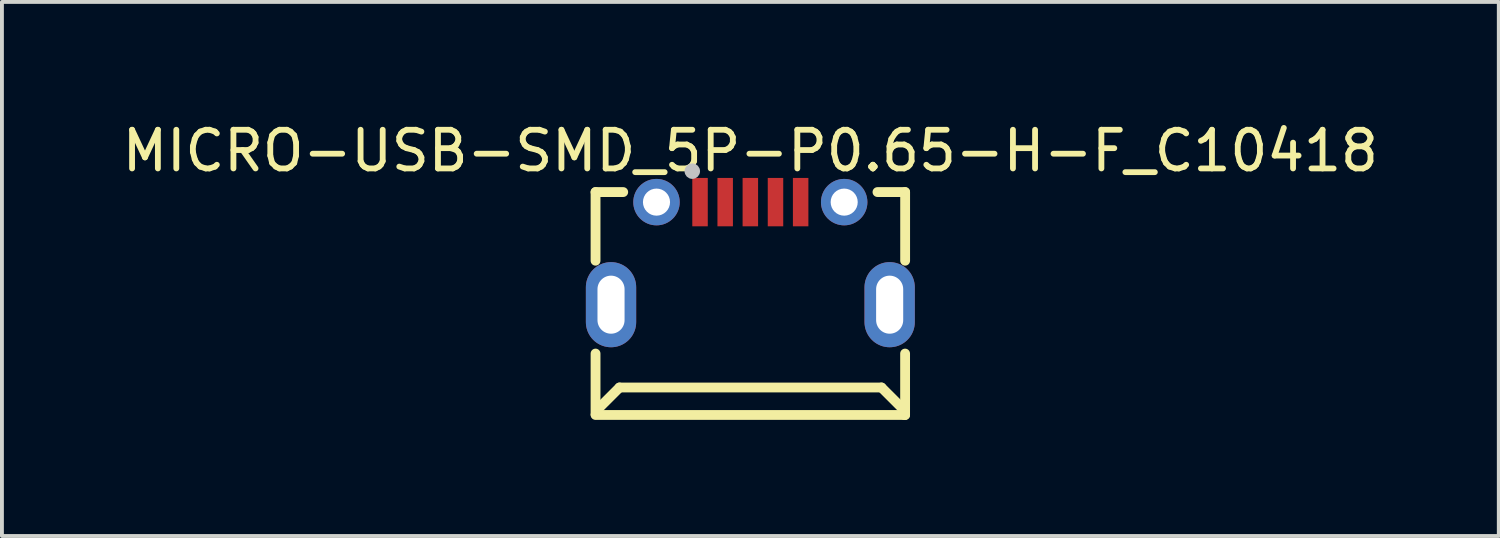
<source format=kicad_pcb>
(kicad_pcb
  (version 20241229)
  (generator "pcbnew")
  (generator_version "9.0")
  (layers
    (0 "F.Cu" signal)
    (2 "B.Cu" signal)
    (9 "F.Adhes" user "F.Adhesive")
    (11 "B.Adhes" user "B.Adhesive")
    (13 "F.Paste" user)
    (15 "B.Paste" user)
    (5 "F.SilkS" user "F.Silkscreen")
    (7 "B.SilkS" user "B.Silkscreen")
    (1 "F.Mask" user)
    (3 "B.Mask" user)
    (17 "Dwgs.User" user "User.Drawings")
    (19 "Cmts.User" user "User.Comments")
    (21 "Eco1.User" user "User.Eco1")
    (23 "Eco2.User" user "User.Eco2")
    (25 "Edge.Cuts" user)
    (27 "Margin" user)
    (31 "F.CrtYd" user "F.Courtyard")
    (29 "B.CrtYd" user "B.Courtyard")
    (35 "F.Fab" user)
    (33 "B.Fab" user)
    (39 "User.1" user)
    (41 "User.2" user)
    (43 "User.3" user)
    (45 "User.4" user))
  (footprint "MICRO-USB-SMD_5P-P0.65-H-F_C10418"
    (layer "F.Cu")
    (at 16.339 3.498)
    (property "Reference" "MICRO-USB-SMD_5P-P0.65-H-F_C10418" (at 0 -2.65 0) (layer "F.SilkS") (effects (font (size 1 1) (thickness 0.15))))
    (fp_line (start -4 -1.585) (end -4 0.189) (stroke (width 0.254) (type default)) (layer "F.SilkS"))
    (fp_line (start -4 -1.585) (end -3.285 -1.585) (stroke (width 0.254) (type default)) (layer "F.SilkS"))
    (fp_line (start -4 2.588) (end -4 4.155) (stroke (width 0.254) (type default)) (layer "F.SilkS"))
    (fp_line (start -3.971 4.055) (end -3.381 3.465) (stroke (width 0.254) (type default)) (layer "F.SilkS"))
    (fp_line (start -3.971 4.155) (end -3.971 4.055) (stroke (width 0.254) (type default)) (layer "F.SilkS"))
    (fp_line (start 3.285 -1.585) (end 3.999 -1.585) (stroke (width 0.254) (type default)) (layer "F.SilkS"))
    (fp_line (start 3.389 3.465) (end -3.381 3.465) (stroke (width 0.254) (type default)) (layer "F.SilkS"))
    (fp_line (start 3.979 4.055) (end 3.389 3.465) (stroke (width 0.254) (type default)) (layer "F.SilkS"))
    (fp_line (start 3.979 4.175) (end 3.979 4.055) (stroke (width 0.254) (type default)) (layer "F.SilkS"))
    (fp_line (start 3.999 2.588) (end 3.999 4.175) (stroke (width 0.254) (type default)) (layer "F.SilkS"))
    (fp_line (start 3.999 4.175) (end -4 4.175) (stroke (width 0.254) (type default)) (layer "F.SilkS"))
    (fp_line (start 4 -1.585) (end 4 0.189) (stroke (width 0.254) (type default)) (layer "F.SilkS"))
    (fp_poly (pts (xy -1.1 -0.7) (xy -1.1 -1.95) (xy -1.5 -1.95) (xy -1.5 -0.7)) (stroke (width 0) (type default)) (fill yes) (layer "F.Paste"))
    (fp_poly (pts (xy -0.85 -1.95) (xy -0.85 -0.7) (xy -0.45 -0.7) (xy -0.45 -1.95)) (stroke (width 0) (type default)) (fill yes) (layer "F.Paste"))
    (fp_poly (pts (xy -0.2 -1.95) (xy -0.2 -0.7) (xy 0.2 -0.7) (xy 0.2 -1.95)) (stroke (width 0) (type default)) (fill yes) (layer "F.Paste"))
    (fp_poly (pts (xy 0.45 -1.95) (xy 0.45 -0.7) (xy 0.85 -0.7) (xy 0.85 -1.95)) (stroke (width 0) (type default)) (fill yes) (layer "F.Paste"))
    (fp_poly (pts (xy 1.1 -1.95) (xy 1.1 -0.7) (xy 1.5 -0.7) (xy 1.5 -1.95)) (stroke (width 0) (type default)) (fill yes) (layer "F.Paste"))
    (fp_poly (pts (xy -2.487 -1.921) (xy -2.725 -1.845) (xy -2.91 -1.677) (xy -3.012 -1.45) (xy -3.012 -1.2) (xy -2.91 -0.973) (xy -2.725 -0.805) (xy -2.487 -0.729) (xy -2.24 -0.754) (xy -2.023 -0.879) (xy -1.877 -1.081) (xy -1.825 -1.325) (xy -1.877 -1.569) (xy -2.023 -1.771) (xy -2.24 -1.895)) (stroke (width 0) (type default)) (fill yes) (layer "F.Paste"))
    (fp_poly (pts (xy 2.611 -1.895) (xy 2.362 -1.921) (xy 2.125 -1.845) (xy 1.94 -1.677) (xy 1.838 -1.45) (xy 1.838 -1.2) (xy 1.94 -0.973) (xy 2.125 -0.805) (xy 2.362 -0.729) (xy 2.611 -0.754) (xy 2.826 -0.879) (xy 2.973 -1.081) (xy 3.025 -1.325) (xy 2.973 -1.569) (xy 2.826 -1.771)) (stroke (width 0) (type default)) (fill yes) (layer "F.Paste"))
    (fp_poly (pts (xy -3.616 0.225) (xy -3.648 0.227) (xy -3.681 0.23) (xy -3.713 0.235) (xy -3.744 0.241) (xy -3.776 0.249) (xy -3.807 0.259) (xy -3.837 0.27) (xy -3.868 0.282) (xy -3.897 0.296) (xy -3.925 0.312) (xy -3.953 0.329) (xy -3.979 0.347) (xy -4.005 0.367) (xy -4.03 0.388) (xy -4.054 0.409) (xy -4.077 0.433) (xy -4.098 0.457) (xy -4.118 0.482) (xy -4.137 0.509) (xy -4.154 0.536) (xy -4.171 0.564) (xy -4.186 0.593) (xy -4.199 0.623) (xy -4.211 0.652) (xy -4.221 0.683) (xy -4.23 0.715) (xy -4.237 0.746) (xy -4.242 0.778) (xy -4.247 0.81) (xy -4.249 0.843) (xy -4.25 0.875) (xy -4.25 1.775) (xy -4.249 1.808) (xy -4.247 1.839) (xy -4.242 1.872) (xy -4.237 1.904) (xy -4.23 1.935) (xy -4.221 1.966) (xy -4.211 1.998) (xy -4.199 2.027) (xy -4.186 2.057) (xy -4.171 2.086) (xy -4.154 2.114) (xy -4.137 2.141) (xy -4.118 2.167) (xy -4.098 2.193) (xy -4.077 2.217) (xy -4.054 2.24) (xy -4.03 2.263) (xy -4.005 2.283) (xy -3.979 2.303) (xy -3.953 2.321) (xy -3.925 2.338) (xy -3.897 2.353) (xy -3.868 2.368) (xy -3.837 2.38) (xy -3.807 2.391) (xy -3.776 2.401) (xy -3.744 2.409) (xy -3.713 2.415) (xy -3.681 2.42) (xy -3.648 2.423) (xy -3.616 2.425) (xy -3.583 2.425) (xy -3.551 2.423) (xy -3.519 2.42) (xy -3.487 2.415) (xy -3.455 2.409) (xy -3.424 2.401) (xy -3.393 2.391) (xy -3.362 2.38) (xy -3.333 2.368) (xy -3.304 2.353) (xy -3.275 2.338) (xy -3.248 2.321) (xy -3.22 2.303) (xy -3.195 2.283) (xy -3.17 2.263) (xy -3.146 2.24) (xy -3.123 2.217) (xy -3.102 2.193) (xy -3.082 2.167) (xy -3.063 2.141) (xy -3.046 2.114) (xy -3.029 2.086) (xy -3.014 2.057) (xy -3.001 2.027) (xy -2.989 1.998) (xy -2.979 1.966) (xy -2.97 1.935) (xy -2.963 1.904) (xy -2.957 1.872) (xy -2.953 1.839) (xy -2.95 1.808) (xy -2.95 1.775) (xy -2.95 0.875) (xy -2.95 0.843) (xy -2.953 0.81) (xy -2.957 0.778) (xy -2.963 0.746) (xy -2.97 0.715) (xy -2.979 0.683) (xy -2.989 0.652) (xy -3.001 0.623) (xy -3.014 0.593) (xy -3.029 0.564) (xy -3.046 0.536) (xy -3.063 0.509) (xy -3.082 0.482) (xy -3.102 0.457) (xy -3.123 0.433) (xy -3.146 0.409) (xy -3.17 0.388) (xy -3.195 0.367) (xy -3.22 0.347) (xy -3.248 0.329) (xy -3.275 0.312) (xy -3.304 0.296) (xy -3.333 0.282) (xy -3.362 0.27) (xy -3.393 0.259) (xy -3.424 0.249) (xy -3.455 0.241) (xy -3.487 0.235) (xy -3.519 0.23) (xy -3.551 0.227) (xy -3.583 0.225)) (stroke (width 0) (type default)) (fill yes) (layer "F.Paste"))
    (fp_poly (pts (xy 3.583 0.225) (xy 3.551 0.227) (xy 3.519 0.23) (xy 3.487 0.235) (xy 3.455 0.241) (xy 3.424 0.249) (xy 3.393 0.259) (xy 3.362 0.27) (xy 3.333 0.282) (xy 3.304 0.296) (xy 3.275 0.312) (xy 3.248 0.329) (xy 3.22 0.347) (xy 3.195 0.367) (xy 3.17 0.388) (xy 3.146 0.409) (xy 3.123 0.433) (xy 3.102 0.457) (xy 3.082 0.482) (xy 3.063 0.509) (xy 3.046 0.536) (xy 3.029 0.564) (xy 3.014 0.593) (xy 3.001 0.623) (xy 2.989 0.652) (xy 2.979 0.683) (xy 2.97 0.715) (xy 2.963 0.746) (xy 2.957 0.778) (xy 2.953 0.81) (xy 2.95 0.843) (xy 2.95 0.875) (xy 2.95 1.775) (xy 2.95 1.808) (xy 2.953 1.839) (xy 2.957 1.872) (xy 2.963 1.904) (xy 2.97 1.935) (xy 2.979 1.966) (xy 2.989 1.998) (xy 3.001 2.027) (xy 3.014 2.057) (xy 3.029 2.086) (xy 3.046 2.114) (xy 3.063 2.141) (xy 3.082 2.167) (xy 3.102 2.193) (xy 3.123 2.217) (xy 3.146 2.24) (xy 3.17 2.263) (xy 3.195 2.283) (xy 3.22 2.303) (xy 3.248 2.321) (xy 3.275 2.338) (xy 3.304 2.353) (xy 3.333 2.368) (xy 3.362 2.38) (xy 3.393 2.391) (xy 3.424 2.401) (xy 3.455 2.409) (xy 3.487 2.415) (xy 3.519 2.42) (xy 3.551 2.423) (xy 3.583 2.425) (xy 3.616 2.425) (xy 3.648 2.423) (xy 3.681 2.42) (xy 3.713 2.415) (xy 3.744 2.409) (xy 3.776 2.401) (xy 3.807 2.391) (xy 3.837 2.38) (xy 3.868 2.368) (xy 3.897 2.353) (xy 3.925 2.338) (xy 3.953 2.321) (xy 3.979 2.303) (xy 4.005 2.283) (xy 4.03 2.263) (xy 4.054 2.24) (xy 4.077 2.217) (xy 4.098 2.193) (xy 4.118 2.167) (xy 4.137 2.141) (xy 4.154 2.114) (xy 4.171 2.086) (xy 4.186 2.057) (xy 4.199 2.027) (xy 4.211 1.998) (xy 4.221 1.966) (xy 4.23 1.935) (xy 4.237 1.904) (xy 4.242 1.872) (xy 4.247 1.839) (xy 4.249 1.808) (xy 4.25 1.775) (xy 4.25 0.875) (xy 4.249 0.843) (xy 4.247 0.81) (xy 4.242 0.778) (xy 4.237 0.746) (xy 4.23 0.715) (xy 4.221 0.683) (xy 4.211 0.652) (xy 4.199 0.623) (xy 4.186 0.593) (xy 4.171 0.564) (xy 4.154 0.536) (xy 4.137 0.509) (xy 4.118 0.482) (xy 4.098 0.457) (xy 4.077 0.433) (xy 4.054 0.409) (xy 4.03 0.388) (xy 4.005 0.367) (xy 3.979 0.347) (xy 3.953 0.329) (xy 3.925 0.312) (xy 3.897 0.296) (xy 3.868 0.282) (xy 3.837 0.27) (xy 3.807 0.259) (xy 3.776 0.249) (xy 3.744 0.241) (xy 3.713 0.235) (xy 3.681 0.23) (xy 3.648 0.227) (xy 3.616 0.225)) (stroke (width 0) (type default)) (fill yes) (layer "F.Paste"))
    (fp_circle (center -1.5 -2.125) (end -1.4 -2.125) (stroke (width 0.2) (type default)) (fill no) (layer "Dwgs.User"))
    (fp_poly (pts (xy -3.8 0.875) (xy -3.45 0.875) (xy -3.45 1.775) (xy -3.8 1.775)) (stroke (width 0.1) (type default)) (fill no) (layer "User.1"))
    (fp_poly (pts (xy -2.675 -1.475) (xy -2.175 -1.475) (xy -2.175 -1.175) (xy -2.675 -1.175)) (stroke (width 0.1) (type default)) (fill no) (layer "User.1"))
    (fp_poly (pts (xy -1.425 -0.813) (xy -1.425 -1.613) (xy -1.175 -1.613) (xy -1.175 -0.813)) (stroke (width 0.1) (type default)) (fill no) (layer "User.1"))
    (fp_poly (pts (xy -0.775 -0.813) (xy -0.775 -1.613) (xy -0.525 -1.613) (xy -0.525 -0.813)) (stroke (width 0.1) (type default)) (fill no) (layer "User.1"))
    (fp_poly (pts (xy -0.125 -0.813) (xy -0.125 -1.613) (xy 0.125 -1.613) (xy 0.125 -0.813)) (stroke (width 0.1) (type default)) (fill no) (layer "User.1"))
    (fp_poly (pts (xy 0.525 -0.813) (xy 0.525 -1.613) (xy 0.775 -1.613) (xy 0.775 -0.813)) (stroke (width 0.1) (type default)) (fill no) (layer "User.1"))
    (fp_poly (pts (xy 1.175 -0.813) (xy 1.175 -1.613) (xy 1.425 -1.613) (xy 1.425 -0.813)) (stroke (width 0.1) (type default)) (fill no) (layer "User.1"))
    (fp_poly (pts (xy 2.175 -1.475) (xy 2.675 -1.475) (xy 2.675 -1.175) (xy 2.175 -1.175)) (stroke (width 0.1) (type default)) (fill no) (layer "User.1"))
    (fp_poly (pts (xy 3.45 0.875) (xy 3.8 0.875) (xy 3.8 1.775) (xy 3.45 1.775)) (stroke (width 0.1) (type default)) (fill no) (layer "User.1"))
    (fp_line (start -4 4.077) (end -3.75 3.537) (stroke (width 0.051) (type default)) (layer "User.2"))
    (fp_line (start -3.75 -1.523) (end 3.75 -1.523) (stroke (width 0.051) (type default)) (layer "User.2"))
    (fp_line (start -3.75 3.537) (end -3.75 -1.523) (stroke (width 0.051) (type default)) (layer "User.2"))
    (fp_line (start 3.75 -1.523) (end 3.751 3.537) (stroke (width 0.051) (type default)) (layer "User.2"))
    (fp_line (start 3.751 3.537) (end 4 4.077) (stroke (width 0.051) (type default)) (layer "User.2"))
    (fp_line (start 4 4.077) (end -4 4.077) (stroke (width 0.051) (type default)) (layer "User.2"))
    (fp_poly (pts (xy -3.94 -1.613) (xy -3.958 -1.655) (xy -4 -1.673) (xy -4.042 -1.655) (xy -4.06 -1.613) (xy -4.042 -1.571) (xy -4 -1.553) (xy -3.958 -1.571)) (stroke (width 0.1) (type default)) (fill no) (layer "User.3"))
    (pad "1" smd rect (at -1.3 -1.325 270) (size 1.25 0.4) (layers "F.Cu" "F.Mask" "F.Paste"))
    (pad "2" smd rect (at -0.65 -1.325 270) (size 1.25 0.4) (layers "F.Cu" "F.Mask" "F.Paste"))
    (pad "3" smd rect (at 0 -1.325 270) (size 1.25 0.4) (layers "F.Cu" "F.Mask" "F.Paste"))
    (pad "4" smd rect (at 0.65 -1.325 270) (size 1.25 0.4) (layers "F.Cu" "F.Mask" "F.Paste"))
    (pad "5" smd rect (at 1.3 -1.325 270) (size 1.25 0.4) (layers "F.Cu" "F.Mask" "F.Paste"))
    (pad "SH0" thru_hole circle (at -2.425 -1.325) (size 1.2 1.2) (drill 0.7) (layers "*.Cu" "*.Mask"))
    (pad "SH1" thru_hole oval (at -3.6 1.325) (size 1.3 2.2) (drill oval 0.7 1.5) (layers "*.Cu" "*.Mask"))
    (pad "SH2" thru_hole oval (at 3.6 1.325) (size 1.3 2.2) (drill oval 0.7 1.5) (layers "*.Cu" "*.Mask"))
    (pad "SH3" thru_hole circle (at 2.425 -1.325) (size 1.2 1.2) (drill 0.7) (layers "*.Cu" "*.Mask")))
  (gr_rect
    (start -3 -3)
    (end 35.679 10.8)
    (stroke (width 0.1) (type default))
    (fill no)
    (layer "Edge.Cuts")))
</source>
